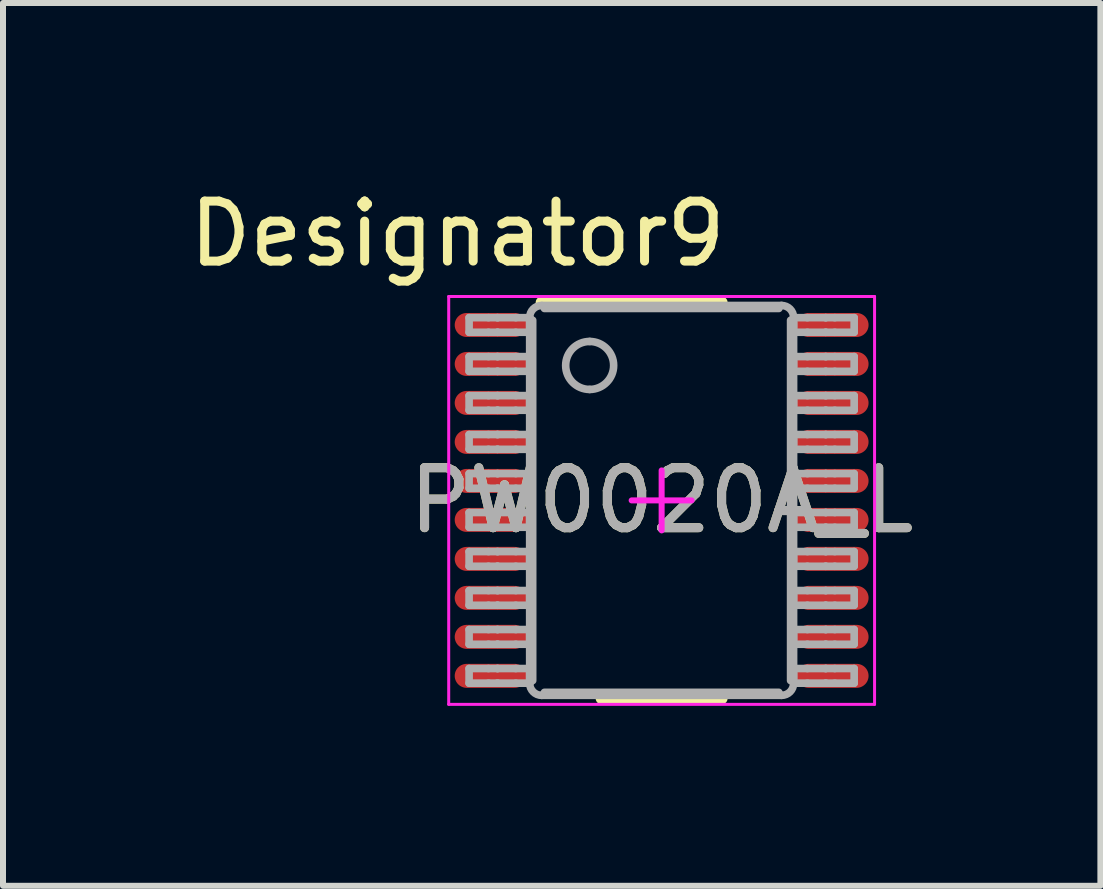
<source format=kicad_pcb>
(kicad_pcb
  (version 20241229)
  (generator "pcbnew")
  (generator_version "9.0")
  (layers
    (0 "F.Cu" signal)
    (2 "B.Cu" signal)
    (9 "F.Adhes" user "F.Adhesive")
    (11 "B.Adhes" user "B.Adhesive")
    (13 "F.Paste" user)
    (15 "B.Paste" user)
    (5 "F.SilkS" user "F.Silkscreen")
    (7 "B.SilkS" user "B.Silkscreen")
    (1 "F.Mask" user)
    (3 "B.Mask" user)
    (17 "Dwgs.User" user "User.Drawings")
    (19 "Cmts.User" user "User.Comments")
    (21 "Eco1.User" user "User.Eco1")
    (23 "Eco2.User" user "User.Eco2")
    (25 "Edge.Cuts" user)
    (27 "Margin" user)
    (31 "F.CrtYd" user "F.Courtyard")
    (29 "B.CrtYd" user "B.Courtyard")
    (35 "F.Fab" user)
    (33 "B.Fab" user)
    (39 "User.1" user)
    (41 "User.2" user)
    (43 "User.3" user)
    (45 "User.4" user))
  (footprint "PW0020A_L"
    (layer "F.Cu")
    (at 7.981 5.293)
    (property "Reference" "PW0020A_L" (at 0 0 0) (unlocked yes) (layer "F.SilkS") (effects (font (size 1 1) (thickness 0.15))))
    (attr smd)
    (fp_line (start -2 -3.3) (end 1 -3.3) (stroke (width 0.2) (type solid)) (layer "F.SilkS"))
    (fp_line (start -1 3.3) (end 1 3.3) (stroke (width 0.2) (type solid)) (layer "F.SilkS"))
    (fp_line (start -3.55 -3.4) (end 3.55 -3.4) (stroke (width 0.05) (type solid)) (layer "F.CrtYd"))
    (fp_line (start -3.55 3.4) (end -3.55 -3.4) (stroke (width 0.05) (type solid)) (layer "F.CrtYd"))
    (fp_line (start -3.55 3.4) (end 3.55 3.4) (stroke (width 0.05) (type solid)) (layer "F.CrtYd"))
    (fp_line (start -0.5 0) (end 0.5 0) (stroke (width 0.1) (type solid)) (layer "F.CrtYd"))
    (fp_line (start 0 0.5) (end 0 -0.5) (stroke (width 0.1) (type solid)) (layer "F.CrtYd"))
    (fp_line (start 3.55 3.4) (end 3.55 -3.4) (stroke (width 0.05) (type solid)) (layer "F.CrtYd"))
    (fp_line (start -3.21 -3.047) (end -2.887 -3.047) (stroke (width 0.127) (type solid)) (layer "F.Fab"))
    (fp_line (start -3.21 -2.803) (end -3.21 -3.047) (stroke (width 0.127) (type solid)) (layer "F.Fab"))
    (fp_line (start -3.21 -2.803) (end -2.887 -2.803) (stroke (width 0.127) (type solid)) (layer "F.Fab"))
    (fp_line (start -3.21 -2.398) (end -2.887 -2.398) (stroke (width 0.127) (type solid)) (layer "F.Fab"))
    (fp_line (start -3.21 -2.152) (end -3.21 -2.398) (stroke (width 0.127) (type solid)) (layer "F.Fab"))
    (fp_line (start -3.21 -2.152) (end -2.887 -2.152) (stroke (width 0.127) (type solid)) (layer "F.Fab"))
    (fp_line (start -3.21 -1.747) (end -2.887 -1.747) (stroke (width 0.127) (type solid)) (layer "F.Fab"))
    (fp_line (start -3.21 -1.503) (end -3.21 -1.747) (stroke (width 0.127) (type solid)) (layer "F.Fab"))
    (fp_line (start -3.21 -1.503) (end -2.887 -1.503) (stroke (width 0.127) (type solid)) (layer "F.Fab"))
    (fp_line (start -3.21 -1.098) (end -2.887 -1.098) (stroke (width 0.127) (type solid)) (layer "F.Fab"))
    (fp_line (start -3.21 -0.852) (end -3.21 -1.098) (stroke (width 0.127) (type solid)) (layer "F.Fab"))
    (fp_line (start -3.21 -0.852) (end -2.887 -0.852) (stroke (width 0.127) (type solid)) (layer "F.Fab"))
    (fp_line (start -3.21 -0.447) (end -2.887 -0.447) (stroke (width 0.127) (type solid)) (layer "F.Fab"))
    (fp_line (start -3.21 -0.202) (end -3.21 -0.447) (stroke (width 0.127) (type solid)) (layer "F.Fab"))
    (fp_line (start -3.21 -0.202) (end -2.887 -0.202) (stroke (width 0.127) (type solid)) (layer "F.Fab"))
    (fp_line (start -3.21 0.202) (end -2.887 0.202) (stroke (width 0.127) (type solid)) (layer "F.Fab"))
    (fp_line (start -3.21 0.448) (end -3.21 0.202) (stroke (width 0.127) (type solid)) (layer "F.Fab"))
    (fp_line (start -3.21 0.448) (end -2.887 0.448) (stroke (width 0.127) (type solid)) (layer "F.Fab"))
    (fp_line (start -3.21 0.853) (end -2.887 0.853) (stroke (width 0.127) (type solid)) (layer "F.Fab"))
    (fp_line (start -3.21 1.098) (end -3.21 0.853) (stroke (width 0.127) (type solid)) (layer "F.Fab"))
    (fp_line (start -3.21 1.098) (end -2.887 1.098) (stroke (width 0.127) (type solid)) (layer "F.Fab"))
    (fp_line (start -3.21 1.503) (end -2.887 1.503) (stroke (width 0.127) (type solid)) (layer "F.Fab"))
    (fp_line (start -3.21 1.748) (end -3.21 1.503) (stroke (width 0.127) (type solid)) (layer "F.Fab"))
    (fp_line (start -3.21 1.748) (end -2.887 1.748) (stroke (width 0.127) (type solid)) (layer "F.Fab"))
    (fp_line (start -3.21 2.153) (end -2.887 2.153) (stroke (width 0.127) (type solid)) (layer "F.Fab"))
    (fp_line (start -3.21 2.398) (end -3.21 2.153) (stroke (width 0.127) (type solid)) (layer "F.Fab"))
    (fp_line (start -3.21 2.398) (end -2.887 2.398) (stroke (width 0.127) (type solid)) (layer "F.Fab"))
    (fp_line (start -3.21 2.803) (end -2.887 2.803) (stroke (width 0.127) (type solid)) (layer "F.Fab"))
    (fp_line (start -3.21 3.047) (end -3.21 2.803) (stroke (width 0.127) (type solid)) (layer "F.Fab"))
    (fp_line (start -3.21 3.047) (end -2.887 3.047) (stroke (width 0.127) (type solid)) (layer "F.Fab"))
    (fp_line (start -2.887 -3.047) (end -2.739 -3.047) (stroke (width 0.127) (type solid)) (layer "F.Fab"))
    (fp_line (start -2.887 -2.803) (end -2.739 -2.803) (stroke (width 0.127) (type solid)) (layer "F.Fab"))
    (fp_line (start -2.887 -2.398) (end -2.739 -2.398) (stroke (width 0.127) (type solid)) (layer "F.Fab"))
    (fp_line (start -2.887 -2.152) (end -2.739 -2.152) (stroke (width 0.127) (type solid)) (layer "F.Fab"))
    (fp_line (start -2.887 -1.747) (end -2.739 -1.747) (stroke (width 0.127) (type solid)) (layer "F.Fab"))
    (fp_line (start -2.887 -1.503) (end -2.739 -1.503) (stroke (width 0.127) (type solid)) (layer "F.Fab"))
    (fp_line (start -2.887 -1.098) (end -2.739 -1.098) (stroke (width 0.127) (type solid)) (layer "F.Fab"))
    (fp_line (start -2.887 -0.852) (end -2.739 -0.852) (stroke (width 0.127) (type solid)) (layer "F.Fab"))
    (fp_line (start -2.887 -0.447) (end -2.739 -0.447) (stroke (width 0.127) (type solid)) (layer "F.Fab"))
    (fp_line (start -2.887 -0.202) (end -2.739 -0.202) (stroke (width 0.127) (type solid)) (layer "F.Fab"))
    (fp_line (start -2.887 0.202) (end -2.739 0.202) (stroke (width 0.127) (type solid)) (layer "F.Fab"))
    (fp_line (start -2.887 0.448) (end -2.739 0.448) (stroke (width 0.127) (type solid)) (layer "F.Fab"))
    (fp_line (start -2.887 0.853) (end -2.739 0.853) (stroke (width 0.127) (type solid)) (layer "F.Fab"))
    (fp_line (start -2.887 1.098) (end -2.739 1.098) (stroke (width 0.127) (type solid)) (layer "F.Fab"))
    (fp_line (start -2.887 1.503) (end -2.739 1.503) (stroke (width 0.127) (type solid)) (layer "F.Fab"))
    (fp_line (start -2.887 1.748) (end -2.739 1.748) (stroke (width 0.127) (type solid)) (layer "F.Fab"))
    (fp_line (start -2.887 2.153) (end -2.739 2.153) (stroke (width 0.127) (type solid)) (layer "F.Fab"))
    (fp_line (start -2.887 2.398) (end -2.739 2.398) (stroke (width 0.127) (type solid)) (layer "F.Fab"))
    (fp_line (start -2.887 2.803) (end -2.739 2.803) (stroke (width 0.127) (type solid)) (layer "F.Fab"))
    (fp_line (start -2.887 3.047) (end -2.739 3.047) (stroke (width 0.127) (type solid)) (layer "F.Fab"))
    (fp_line (start -2.739 -3.047) (end -2.733 -3.047) (stroke (width 0.127) (type solid)) (layer "F.Fab"))
    (fp_line (start -2.739 -2.803) (end -2.733 -2.803) (stroke (width 0.127) (type solid)) (layer "F.Fab"))
    (fp_line (start -2.739 -2.398) (end -2.733 -2.398) (stroke (width 0.127) (type solid)) (layer "F.Fab"))
    (fp_line (start -2.739 -2.152) (end -2.733 -2.152) (stroke (width 0.127) (type solid)) (layer "F.Fab"))
    (fp_line (start -2.739 -1.747) (end -2.733 -1.747) (stroke (width 0.127) (type solid)) (layer "F.Fab"))
    (fp_line (start -2.739 -1.503) (end -2.733 -1.503) (stroke (width 0.127) (type solid)) (layer "F.Fab"))
    (fp_line (start -2.739 -1.098) (end -2.733 -1.098) (stroke (width 0.127) (type solid)) (layer "F.Fab"))
    (fp_line (start -2.739 -0.852) (end -2.733 -0.852) (stroke (width 0.127) (type solid)) (layer "F.Fab"))
    (fp_line (start -2.739 -0.447) (end -2.733 -0.447) (stroke (width 0.127) (type solid)) (layer "F.Fab"))
    (fp_line (start -2.739 -0.202) (end -2.733 -0.202) (stroke (width 0.127) (type solid)) (layer "F.Fab"))
    (fp_line (start -2.739 0.202) (end -2.733 0.202) (stroke (width 0.127) (type solid)) (layer "F.Fab"))
    (fp_line (start -2.739 0.448) (end -2.733 0.448) (stroke (width 0.127) (type solid)) (layer "F.Fab"))
    (fp_line (start -2.739 0.853) (end -2.733 0.853) (stroke (width 0.127) (type solid)) (layer "F.Fab"))
    (fp_line (start -2.739 1.098) (end -2.733 1.098) (stroke (width 0.127) (type solid)) (layer "F.Fab"))
    (fp_line (start -2.739 1.503) (end -2.733 1.503) (stroke (width 0.127) (type solid)) (layer "F.Fab"))
    (fp_line (start -2.739 1.748) (end -2.733 1.748) (stroke (width 0.127) (type solid)) (layer "F.Fab"))
    (fp_line (start -2.739 2.153) (end -2.733 2.153) (stroke (width 0.127) (type solid)) (layer "F.Fab"))
    (fp_line (start -2.739 2.398) (end -2.733 2.398) (stroke (width 0.127) (type solid)) (layer "F.Fab"))
    (fp_line (start -2.739 2.803) (end -2.733 2.803) (stroke (width 0.127) (type solid)) (layer "F.Fab"))
    (fp_line (start -2.739 3.047) (end -2.733 3.047) (stroke (width 0.127) (type solid)) (layer "F.Fab"))
    (fp_line (start -2.733 -3.047) (end -2.431 -3.047) (stroke (width 0.127) (type solid)) (layer "F.Fab"))
    (fp_line (start -2.733 -2.803) (end -2.431 -2.803) (stroke (width 0.127) (type solid)) (layer "F.Fab"))
    (fp_line (start -2.733 -2.398) (end -2.431 -2.398) (stroke (width 0.127) (type solid)) (layer "F.Fab"))
    (fp_line (start -2.733 -2.152) (end -2.431 -2.152) (stroke (width 0.127) (type solid)) (layer "F.Fab"))
    (fp_line (start -2.733 -1.747) (end -2.431 -1.747) (stroke (width 0.127) (type solid)) (layer "F.Fab"))
    (fp_line (start -2.733 -1.503) (end -2.431 -1.503) (stroke (width 0.127) (type solid)) (layer "F.Fab"))
    (fp_line (start -2.733 -1.098) (end -2.431 -1.098) (stroke (width 0.127) (type solid)) (layer "F.Fab"))
    (fp_line (start -2.733 -0.852) (end -2.431 -0.852) (stroke (width 0.127) (type solid)) (layer "F.Fab"))
    (fp_line (start -2.733 -0.447) (end -2.431 -0.447) (stroke (width 0.127) (type solid)) (layer "F.Fab"))
    (fp_line (start -2.733 -0.202) (end -2.431 -0.202) (stroke (width 0.127) (type solid)) (layer "F.Fab"))
    (fp_line (start -2.733 0.202) (end -2.431 0.202) (stroke (width 0.127) (type solid)) (layer "F.Fab"))
    (fp_line (start -2.733 0.448) (end -2.431 0.448) (stroke (width 0.127) (type solid)) (layer "F.Fab"))
    (fp_line (start -2.733 0.853) (end -2.431 0.853) (stroke (width 0.127) (type solid)) (layer "F.Fab"))
    (fp_line (start -2.733 1.098) (end -2.431 1.098) (stroke (width 0.127) (type solid)) (layer "F.Fab"))
    (fp_line (start -2.733 1.503) (end -2.431 1.503) (stroke (width 0.127) (type solid)) (layer "F.Fab"))
    (fp_line (start -2.733 1.748) (end -2.431 1.748) (stroke (width 0.127) (type solid)) (layer "F.Fab"))
    (fp_line (start -2.733 2.153) (end -2.431 2.153) (stroke (width 0.127) (type solid)) (layer "F.Fab"))
    (fp_line (start -2.733 2.398) (end -2.431 2.398) (stroke (width 0.127) (type solid)) (layer "F.Fab"))
    (fp_line (start -2.733 2.803) (end -2.431 2.803) (stroke (width 0.127) (type solid)) (layer "F.Fab"))
    (fp_line (start -2.733 3.047) (end -2.431 3.047) (stroke (width 0.127) (type solid)) (layer "F.Fab"))
    (fp_line (start -2.431 -3.047) (end -2.2 -3.047) (stroke (width 0.127) (type solid)) (layer "F.Fab"))
    (fp_line (start -2.431 -2.803) (end -2.2 -2.803) (stroke (width 0.127) (type solid)) (layer "F.Fab"))
    (fp_line (start -2.431 -2.398) (end -2.2 -2.398) (stroke (width 0.127) (type solid)) (layer "F.Fab"))
    (fp_line (start -2.431 -2.152) (end -2.2 -2.152) (stroke (width 0.127) (type solid)) (layer "F.Fab"))
    (fp_line (start -2.431 -1.747) (end -2.2 -1.747) (stroke (width 0.127) (type solid)) (layer "F.Fab"))
    (fp_line (start -2.431 -1.503) (end -2.2 -1.503) (stroke (width 0.127) (type solid)) (layer "F.Fab"))
    (fp_line (start -2.431 -1.098) (end -2.2 -1.098) (stroke (width 0.127) (type solid)) (layer "F.Fab"))
    (fp_line (start -2.431 -0.852) (end -2.2 -0.852) (stroke (width 0.127) (type solid)) (layer "F.Fab"))
    (fp_line (start -2.431 -0.447) (end -2.2 -0.447) (stroke (width 0.127) (type solid)) (layer "F.Fab"))
    (fp_line (start -2.431 -0.202) (end -2.2 -0.202) (stroke (width 0.127) (type solid)) (layer "F.Fab"))
    (fp_line (start -2.431 0.202) (end -2.2 0.202) (stroke (width 0.127) (type solid)) (layer "F.Fab"))
    (fp_line (start -2.431 0.448) (end -2.2 0.448) (stroke (width 0.127) (type solid)) (layer "F.Fab"))
    (fp_line (start -2.431 0.853) (end -2.2 0.853) (stroke (width 0.127) (type solid)) (layer "F.Fab"))
    (fp_line (start -2.431 1.098) (end -2.2 1.098) (stroke (width 0.127) (type solid)) (layer "F.Fab"))
    (fp_line (start -2.431 1.503) (end -2.2 1.503) (stroke (width 0.127) (type solid)) (layer "F.Fab"))
    (fp_line (start -2.431 1.748) (end -2.2 1.748) (stroke (width 0.127) (type solid)) (layer "F.Fab"))
    (fp_line (start -2.431 2.153) (end -2.2 2.153) (stroke (width 0.127) (type solid)) (layer "F.Fab"))
    (fp_line (start -2.431 2.398) (end -2.2 2.398) (stroke (width 0.127) (type solid)) (layer "F.Fab"))
    (fp_line (start -2.431 2.803) (end -2.2 2.803) (stroke (width 0.127) (type solid)) (layer "F.Fab"))
    (fp_line (start -2.431 3.047) (end -2.2 3.047) (stroke (width 0.127) (type solid)) (layer "F.Fab"))
    (fp_line (start -2.2 -2.803) (end -2.2 -3.047) (stroke (width 0.127) (type solid)) (layer "F.Fab"))
    (fp_line (start -2.2 -2.152) (end -2.2 -2.398) (stroke (width 0.127) (type solid)) (layer "F.Fab"))
    (fp_line (start -2.2 -1.503) (end -2.2 -1.747) (stroke (width 0.127) (type solid)) (layer "F.Fab"))
    (fp_line (start -2.2 -0.852) (end -2.2 -1.098) (stroke (width 0.127) (type solid)) (layer "F.Fab"))
    (fp_line (start -2.2 -0.202) (end -2.2 -0.447) (stroke (width 0.127) (type solid)) (layer "F.Fab"))
    (fp_line (start -2.2 0.448) (end -2.2 0.202) (stroke (width 0.127) (type solid)) (layer "F.Fab"))
    (fp_line (start -2.2 1.098) (end -2.2 0.853) (stroke (width 0.127) (type solid)) (layer "F.Fab"))
    (fp_line (start -2.2 1.748) (end -2.2 1.503) (stroke (width 0.127) (type solid)) (layer "F.Fab"))
    (fp_line (start -2.2 2.398) (end -2.2 2.153) (stroke (width 0.127) (type solid)) (layer "F.Fab"))
    (fp_line (start -2.2 3.047) (end -2.2 2.803) (stroke (width 0.127) (type solid)) (layer "F.Fab"))
    (fp_line (start -2.2 3.05) (end -2.2 -3.05) (stroke (width 0.127) (type solid)) (layer "F.Fab"))
    (fp_line (start -2.15 3.004) (end -2.15 -3.004) (stroke (width 0.127) (type solid)) (layer "F.Fab"))
    (fp_line (start -2 -3.25) (end 2 -3.25) (stroke (width 0.127) (type solid)) (layer "F.Fab"))
    (fp_line (start -2 3.25) (end 2 3.25) (stroke (width 0.127) (type solid)) (layer "F.Fab"))
    (fp_line (start -1.954 -3.2) (end 1.954 -3.2) (stroke (width 0.127) (type solid)) (layer "F.Fab"))
    (fp_line (start -1.954 3.2) (end 1.954 3.2) (stroke (width 0.127) (type solid)) (layer "F.Fab"))
    (fp_line (start 2.15 3.004) (end 2.15 -3.004) (stroke (width 0.127) (type solid)) (layer "F.Fab"))
    (fp_line (start 2.2 -3.047) (end 2.43 -3.047) (stroke (width 0.127) (type solid)) (layer "F.Fab"))
    (fp_line (start 2.2 -2.803) (end 2.2 -3.047) (stroke (width 0.127) (type solid)) (layer "F.Fab"))
    (fp_line (start 2.2 -2.803) (end 2.43 -2.803) (stroke (width 0.127) (type solid)) (layer "F.Fab"))
    (fp_line (start 2.2 -2.398) (end 2.43 -2.398) (stroke (width 0.127) (type solid)) (layer "F.Fab"))
    (fp_line (start 2.2 -2.152) (end 2.2 -2.398) (stroke (width 0.127) (type solid)) (layer "F.Fab"))
    (fp_line (start 2.2 -2.152) (end 2.43 -2.152) (stroke (width 0.127) (type solid)) (layer "F.Fab"))
    (fp_line (start 2.2 -1.747) (end 2.43 -1.747) (stroke (width 0.127) (type solid)) (layer "F.Fab"))
    (fp_line (start 2.2 -1.503) (end 2.2 -1.747) (stroke (width 0.127) (type solid)) (layer "F.Fab"))
    (fp_line (start 2.2 -1.503) (end 2.43 -1.503) (stroke (width 0.127) (type solid)) (layer "F.Fab"))
    (fp_line (start 2.2 -1.098) (end 2.43 -1.098) (stroke (width 0.127) (type solid)) (layer "F.Fab"))
    (fp_line (start 2.2 -0.852) (end 2.2 -1.098) (stroke (width 0.127) (type solid)) (layer "F.Fab"))
    (fp_line (start 2.2 -0.852) (end 2.43 -0.852) (stroke (width 0.127) (type solid)) (layer "F.Fab"))
    (fp_line (start 2.2 -0.447) (end 2.43 -0.447) (stroke (width 0.127) (type solid)) (layer "F.Fab"))
    (fp_line (start 2.2 -0.202) (end 2.2 -0.447) (stroke (width 0.127) (type solid)) (layer "F.Fab"))
    (fp_line (start 2.2 -0.202) (end 2.43 -0.202) (stroke (width 0.127) (type solid)) (layer "F.Fab"))
    (fp_line (start 2.2 0.202) (end 2.43 0.202) (stroke (width 0.127) (type solid)) (layer "F.Fab"))
    (fp_line (start 2.2 0.448) (end 2.2 0.202) (stroke (width 0.127) (type solid)) (layer "F.Fab"))
    (fp_line (start 2.2 0.448) (end 2.43 0.448) (stroke (width 0.127) (type solid)) (layer "F.Fab"))
    (fp_line (start 2.2 0.853) (end 2.43 0.853) (stroke (width 0.127) (type solid)) (layer "F.Fab"))
    (fp_line (start 2.2 1.098) (end 2.2 0.853) (stroke (width 0.127) (type solid)) (layer "F.Fab"))
    (fp_line (start 2.2 1.098) (end 2.43 1.098) (stroke (width 0.127) (type solid)) (layer "F.Fab"))
    (fp_line (start 2.2 1.503) (end 2.43 1.503) (stroke (width 0.127) (type solid)) (layer "F.Fab"))
    (fp_line (start 2.2 1.748) (end 2.2 1.503) (stroke (width 0.127) (type solid)) (layer "F.Fab"))
    (fp_line (start 2.2 1.748) (end 2.43 1.748) (stroke (width 0.127) (type solid)) (layer "F.Fab"))
    (fp_line (start 2.2 2.153) (end 2.43 2.153) (stroke (width 0.127) (type solid)) (layer "F.Fab"))
    (fp_line (start 2.2 2.398) (end 2.2 2.153) (stroke (width 0.127) (type solid)) (layer "F.Fab"))
    (fp_line (start 2.2 2.398) (end 2.43 2.398) (stroke (width 0.127) (type solid)) (layer "F.Fab"))
    (fp_line (start 2.2 2.803) (end 2.43 2.803) (stroke (width 0.127) (type solid)) (layer "F.Fab"))
    (fp_line (start 2.2 3.047) (end 2.2 2.803) (stroke (width 0.127) (type solid)) (layer "F.Fab"))
    (fp_line (start 2.2 3.047) (end 2.43 3.047) (stroke (width 0.127) (type solid)) (layer "F.Fab"))
    (fp_line (start 2.2 3.05) (end 2.2 -3.05) (stroke (width 0.127) (type solid)) (layer "F.Fab"))
    (fp_line (start 2.43 -3.047) (end 2.733 -3.047) (stroke (width 0.127) (type solid)) (layer "F.Fab"))
    (fp_line (start 2.43 -2.803) (end 2.733 -2.803) (stroke (width 0.127) (type solid)) (layer "F.Fab"))
    (fp_line (start 2.43 -2.398) (end 2.733 -2.398) (stroke (width 0.127) (type solid)) (layer "F.Fab"))
    (fp_line (start 2.43 -2.152) (end 2.733 -2.152) (stroke (width 0.127) (type solid)) (layer "F.Fab"))
    (fp_line (start 2.43 -1.747) (end 2.733 -1.747) (stroke (width 0.127) (type solid)) (layer "F.Fab"))
    (fp_line (start 2.43 -1.503) (end 2.733 -1.503) (stroke (width 0.127) (type solid)) (layer "F.Fab"))
    (fp_line (start 2.43 -1.098) (end 2.733 -1.098) (stroke (width 0.127) (type solid)) (layer "F.Fab"))
    (fp_line (start 2.43 -0.852) (end 2.733 -0.852) (stroke (width 0.127) (type solid)) (layer "F.Fab"))
    (fp_line (start 2.43 -0.447) (end 2.733 -0.447) (stroke (width 0.127) (type solid)) (layer "F.Fab"))
    (fp_line (start 2.43 -0.202) (end 2.733 -0.202) (stroke (width 0.127) (type solid)) (layer "F.Fab"))
    (fp_line (start 2.43 0.202) (end 2.733 0.202) (stroke (width 0.127) (type solid)) (layer "F.Fab"))
    (fp_line (start 2.43 0.448) (end 2.733 0.448) (stroke (width 0.127) (type solid)) (layer "F.Fab"))
    (fp_line (start 2.43 0.853) (end 2.733 0.853) (stroke (width 0.127) (type solid)) (layer "F.Fab"))
    (fp_line (start 2.43 1.098) (end 2.733 1.098) (stroke (width 0.127) (type solid)) (layer "F.Fab"))
    (fp_line (start 2.43 1.503) (end 2.733 1.503) (stroke (width 0.127) (type solid)) (layer "F.Fab"))
    (fp_line (start 2.43 1.748) (end 2.733 1.748) (stroke (width 0.127) (type solid)) (layer "F.Fab"))
    (fp_line (start 2.43 2.153) (end 2.733 2.153) (stroke (width 0.127) (type solid)) (layer "F.Fab"))
    (fp_line (start 2.43 2.398) (end 2.733 2.398) (stroke (width 0.127) (type solid)) (layer "F.Fab"))
    (fp_line (start 2.43 2.803) (end 2.733 2.803) (stroke (width 0.127) (type solid)) (layer "F.Fab"))
    (fp_line (start 2.43 3.047) (end 2.733 3.047) (stroke (width 0.127) (type solid)) (layer "F.Fab"))
    (fp_line (start 2.733 -3.047) (end 2.739 -3.047) (stroke (width 0.127) (type solid)) (layer "F.Fab"))
    (fp_line (start 2.733 -2.803) (end 2.739 -2.803) (stroke (width 0.127) (type solid)) (layer "F.Fab"))
    (fp_line (start 2.733 -2.398) (end 2.739 -2.398) (stroke (width 0.127) (type solid)) (layer "F.Fab"))
    (fp_line (start 2.733 -2.152) (end 2.739 -2.152) (stroke (width 0.127) (type solid)) (layer "F.Fab"))
    (fp_line (start 2.733 -1.747) (end 2.739 -1.747) (stroke (width 0.127) (type solid)) (layer "F.Fab"))
    (fp_line (start 2.733 -1.503) (end 2.739 -1.503) (stroke (width 0.127) (type solid)) (layer "F.Fab"))
    (fp_line (start 2.733 -1.098) (end 2.739 -1.098) (stroke (width 0.127) (type solid)) (layer "F.Fab"))
    (fp_line (start 2.733 -0.852) (end 2.739 -0.852) (stroke (width 0.127) (type solid)) (layer "F.Fab"))
    (fp_line (start 2.733 -0.447) (end 2.739 -0.447) (stroke (width 0.127) (type solid)) (layer "F.Fab"))
    (fp_line (start 2.733 -0.202) (end 2.739 -0.202) (stroke (width 0.127) (type solid)) (layer "F.Fab"))
    (fp_line (start 2.733 0.202) (end 2.739 0.202) (stroke (width 0.127) (type solid)) (layer "F.Fab"))
    (fp_line (start 2.733 0.448) (end 2.739 0.448) (stroke (width 0.127) (type solid)) (layer "F.Fab"))
    (fp_line (start 2.733 0.853) (end 2.739 0.853) (stroke (width 0.127) (type solid)) (layer "F.Fab"))
    (fp_line (start 2.733 1.098) (end 2.739 1.098) (stroke (width 0.127) (type solid)) (layer "F.Fab"))
    (fp_line (start 2.733 1.503) (end 2.739 1.503) (stroke (width 0.127) (type solid)) (layer "F.Fab"))
    (fp_line (start 2.733 1.748) (end 2.739 1.748) (stroke (width 0.127) (type solid)) (layer "F.Fab"))
    (fp_line (start 2.733 2.153) (end 2.739 2.153) (stroke (width 0.127) (type solid)) (layer "F.Fab"))
    (fp_line (start 2.733 2.398) (end 2.739 2.398) (stroke (width 0.127) (type solid)) (layer "F.Fab"))
    (fp_line (start 2.733 2.803) (end 2.739 2.803) (stroke (width 0.127) (type solid)) (layer "F.Fab"))
    (fp_line (start 2.733 3.047) (end 2.739 3.047) (stroke (width 0.127) (type solid)) (layer "F.Fab"))
    (fp_line (start 2.739 -3.047) (end 2.887 -3.047) (stroke (width 0.127) (type solid)) (layer "F.Fab"))
    (fp_line (start 2.739 -2.803) (end 2.887 -2.803) (stroke (width 0.127) (type solid)) (layer "F.Fab"))
    (fp_line (start 2.739 -2.398) (end 2.887 -2.398) (stroke (width 0.127) (type solid)) (layer "F.Fab"))
    (fp_line (start 2.739 -2.152) (end 2.887 -2.152) (stroke (width 0.127) (type solid)) (layer "F.Fab"))
    (fp_line (start 2.739 -1.747) (end 2.887 -1.747) (stroke (width 0.127) (type solid)) (layer "F.Fab"))
    (fp_line (start 2.739 -1.503) (end 2.887 -1.503) (stroke (width 0.127) (type solid)) (layer "F.Fab"))
    (fp_line (start 2.739 -1.098) (end 2.887 -1.098) (stroke (width 0.127) (type solid)) (layer "F.Fab"))
    (fp_line (start 2.739 -0.852) (end 2.887 -0.852) (stroke (width 0.127) (type solid)) (layer "F.Fab"))
    (fp_line (start 2.739 -0.447) (end 2.887 -0.447) (stroke (width 0.127) (type solid)) (layer "F.Fab"))
    (fp_line (start 2.739 -0.202) (end 2.887 -0.202) (stroke (width 0.127) (type solid)) (layer "F.Fab"))
    (fp_line (start 2.739 0.202) (end 2.887 0.202) (stroke (width 0.127) (type solid)) (layer "F.Fab"))
    (fp_line (start 2.739 0.448) (end 2.887 0.448) (stroke (width 0.127) (type solid)) (layer "F.Fab"))
    (fp_line (start 2.739 0.853) (end 2.887 0.853) (stroke (width 0.127) (type solid)) (layer "F.Fab"))
    (fp_line (start 2.739 1.098) (end 2.887 1.098) (stroke (width 0.127) (type solid)) (layer "F.Fab"))
    (fp_line (start 2.739 1.503) (end 2.887 1.503) (stroke (width 0.127) (type solid)) (layer "F.Fab"))
    (fp_line (start 2.739 1.748) (end 2.887 1.748) (stroke (width 0.127) (type solid)) (layer "F.Fab"))
    (fp_line (start 2.739 2.153) (end 2.887 2.153) (stroke (width 0.127) (type solid)) (layer "F.Fab"))
    (fp_line (start 2.739 2.398) (end 2.887 2.398) (stroke (width 0.127) (type solid)) (layer "F.Fab"))
    (fp_line (start 2.739 2.803) (end 2.887 2.803) (stroke (width 0.127) (type solid)) (layer "F.Fab"))
    (fp_line (start 2.739 3.047) (end 2.887 3.047) (stroke (width 0.127) (type solid)) (layer "F.Fab"))
    (fp_line (start 2.887 -3.047) (end 3.21 -3.047) (stroke (width 0.127) (type solid)) (layer "F.Fab"))
    (fp_line (start 2.887 -2.803) (end 3.21 -2.803) (stroke (width 0.127) (type solid)) (layer "F.Fab"))
    (fp_line (start 2.887 -2.398) (end 3.21 -2.398) (stroke (width 0.127) (type solid)) (layer "F.Fab"))
    (fp_line (start 2.887 -2.152) (end 3.21 -2.152) (stroke (width 0.127) (type solid)) (layer "F.Fab"))
    (fp_line (start 2.887 -1.747) (end 3.21 -1.747) (stroke (width 0.127) (type solid)) (layer "F.Fab"))
    (fp_line (start 2.887 -1.503) (end 3.21 -1.503) (stroke (width 0.127) (type solid)) (layer "F.Fab"))
    (fp_line (start 2.887 -1.098) (end 3.21 -1.098) (stroke (width 0.127) (type solid)) (layer "F.Fab"))
    (fp_line (start 2.887 -0.852) (end 3.21 -0.852) (stroke (width 0.127) (type solid)) (layer "F.Fab"))
    (fp_line (start 2.887 -0.447) (end 3.21 -0.447) (stroke (width 0.127) (type solid)) (layer "F.Fab"))
    (fp_line (start 2.887 -0.202) (end 3.21 -0.202) (stroke (width 0.127) (type solid)) (layer "F.Fab"))
    (fp_line (start 2.887 0.202) (end 3.21 0.202) (stroke (width 0.127) (type solid)) (layer "F.Fab"))
    (fp_line (start 2.887 0.448) (end 3.21 0.448) (stroke (width 0.127) (type solid)) (layer "F.Fab"))
    (fp_line (start 2.887 0.853) (end 3.21 0.853) (stroke (width 0.127) (type solid)) (layer "F.Fab"))
    (fp_line (start 2.887 1.098) (end 3.21 1.098) (stroke (width 0.127) (type solid)) (layer "F.Fab"))
    (fp_line (start 2.887 1.503) (end 3.21 1.503) (stroke (width 0.127) (type solid)) (layer "F.Fab"))
    (fp_line (start 2.887 1.748) (end 3.21 1.748) (stroke (width 0.127) (type solid)) (layer "F.Fab"))
    (fp_line (start 2.887 2.153) (end 3.21 2.153) (stroke (width 0.127) (type solid)) (layer "F.Fab"))
    (fp_line (start 2.887 2.398) (end 3.21 2.398) (stroke (width 0.127) (type solid)) (layer "F.Fab"))
    (fp_line (start 2.887 2.803) (end 3.21 2.803) (stroke (width 0.127) (type solid)) (layer "F.Fab"))
    (fp_line (start 2.887 3.047) (end 3.21 3.047) (stroke (width 0.127) (type solid)) (layer "F.Fab"))
    (fp_line (start 3.21 -2.803) (end 3.21 -3.047) (stroke (width 0.127) (type solid)) (layer "F.Fab"))
    (fp_line (start 3.21 -2.152) (end 3.21 -2.398) (stroke (width 0.127) (type solid)) (layer "F.Fab"))
    (fp_line (start 3.21 -1.503) (end 3.21 -1.747) (stroke (width 0.127) (type solid)) (layer "F.Fab"))
    (fp_line (start 3.21 -0.852) (end 3.21 -1.098) (stroke (width 0.127) (type solid)) (layer "F.Fab"))
    (fp_line (start 3.21 -0.202) (end 3.21 -0.447) (stroke (width 0.127) (type solid)) (layer "F.Fab"))
    (fp_line (start 3.21 0.448) (end 3.21 0.202) (stroke (width 0.127) (type solid)) (layer "F.Fab"))
    (fp_line (start 3.21 1.098) (end 3.21 0.853) (stroke (width 0.127) (type solid)) (layer "F.Fab"))
    (fp_line (start 3.21 1.748) (end 3.21 1.503) (stroke (width 0.127) (type solid)) (layer "F.Fab"))
    (fp_line (start 3.21 2.398) (end 3.21 2.153) (stroke (width 0.127) (type solid)) (layer "F.Fab"))
    (fp_line (start 3.21 3.047) (end 3.21 2.803) (stroke (width 0.127) (type solid)) (layer "F.Fab"))
    (fp_arc (start -2.200026 -3.050001) (mid -2.141435 -3.191428) (end -2.000001 -3.250001) (stroke (width 0.127) (type solid)) (layer "F.Fab"))
    (fp_arc (start -2.000001 3.250011) (mid -2.141435 3.191438) (end -2.200026 3.050012) (stroke (width 0.127) (type solid)) (layer "F.Fab"))
    (fp_arc (start -1.200003 -2.650002) (mid -0.800003 -2.250003) (end -1.200003 -1.850004) (stroke (width 0.127) (type solid)) (layer "F.Fab"))
    (fp_arc (start -1.200003 -1.850004) (mid -1.600002 -2.250003) (end -1.200003 -2.650002) (stroke (width 0.127) (type solid)) (layer "F.Fab"))
    (fp_arc (start 1.999991 -3.250001) (mid 2.141412 -3.191423) (end 2.199991 -3.050002) (stroke (width 0.127) (type solid)) (layer "F.Fab"))
    (fp_arc (start 2.199991 3.050012) (mid 2.141412 3.191433) (end 1.999991 3.250011) (stroke (width 0.127) (type solid)) (layer "F.Fab"))
    (fp_text user "Designator9" (at -3.404 -4.445 0) (unlocked yes) (layer "F.SilkS") (effects (font (size 1 1) (thickness 0.15))))
    (fp_text user "${REFERENCE}" (at 0 0 0) (unlocked yes) (layer "F.Fab") (effects (font (size 1 1) (thickness 0.15))))
    (pad "1" smd oval (at -2.85 -2.925 90) (size 0.4 1.2) (layers "F.Cu" "F.Mask" "F.Paste"))
    (pad "2" smd oval (at -2.85 -2.275 90) (size 0.4 1.2) (layers "F.Cu" "F.Mask" "F.Paste"))
    (pad "3" smd oval (at -2.85 -1.625 90) (size 0.4 1.2) (layers "F.Cu" "F.Mask" "F.Paste"))
    (pad "4" smd oval (at -2.85 -0.975 90) (size 0.4 1.2) (layers "F.Cu" "F.Mask" "F.Paste"))
    (pad "5" smd oval (at -2.85 -0.325 90) (size 0.4 1.2) (layers "F.Cu" "F.Mask" "F.Paste"))
    (pad "6" smd oval (at -2.85 0.325 90) (size 0.4 1.2) (layers "F.Cu" "F.Mask" "F.Paste"))
    (pad "7" smd oval (at -2.85 0.975 90) (size 0.4 1.2) (layers "F.Cu" "F.Mask" "F.Paste"))
    (pad "8" smd oval (at -2.85 1.625 90) (size 0.4 1.2) (layers "F.Cu" "F.Mask" "F.Paste"))
    (pad "9" smd oval (at -2.85 2.275 90) (size 0.4 1.2) (layers "F.Cu" "F.Mask" "F.Paste"))
    (pad "10" smd oval (at -2.85 2.925 90) (size 0.4 1.2) (layers "F.Cu" "F.Mask" "F.Paste"))
    (pad "11" smd oval (at 2.85 2.925 90) (size 0.4 1.2) (layers "F.Cu" "F.Mask" "F.Paste"))
    (pad "12" smd oval (at 2.85 2.275 90) (size 0.4 1.2) (layers "F.Cu" "F.Mask" "F.Paste"))
    (pad "13" smd oval (at 2.85 1.625 90) (size 0.4 1.2) (layers "F.Cu" "F.Mask" "F.Paste"))
    (pad "14" smd oval (at 2.85 0.975 90) (size 0.4 1.2) (layers "F.Cu" "F.Mask" "F.Paste"))
    (pad "15" smd oval (at 2.85 0.325 90) (size 0.4 1.2) (layers "F.Cu" "F.Mask" "F.Paste"))
    (pad "16" smd oval (at 2.85 -0.325 90) (size 0.4 1.2) (layers "F.Cu" "F.Mask" "F.Paste"))
    (pad "17" smd oval (at 2.85 -0.975 90) (size 0.4 1.2) (layers "F.Cu" "F.Mask" "F.Paste"))
    (pad "18" smd oval (at 2.85 -1.625 90) (size 0.4 1.2) (layers "F.Cu" "F.Mask" "F.Paste"))
    (pad "19" smd oval (at 2.85 -2.275 90) (size 0.4 1.2) (layers "F.Cu" "F.Mask" "F.Paste"))
    (pad "20" smd oval (at 2.85 -2.925 90) (size 0.4 1.2) (layers "F.Cu" "F.Mask" "F.Paste")))
  (gr_rect
    (start -3 -3)
    (end 15.296 11.718)
    (stroke (width 0.1) (type default))
    (fill no)
    (layer "Edge.Cuts")))
</source>
